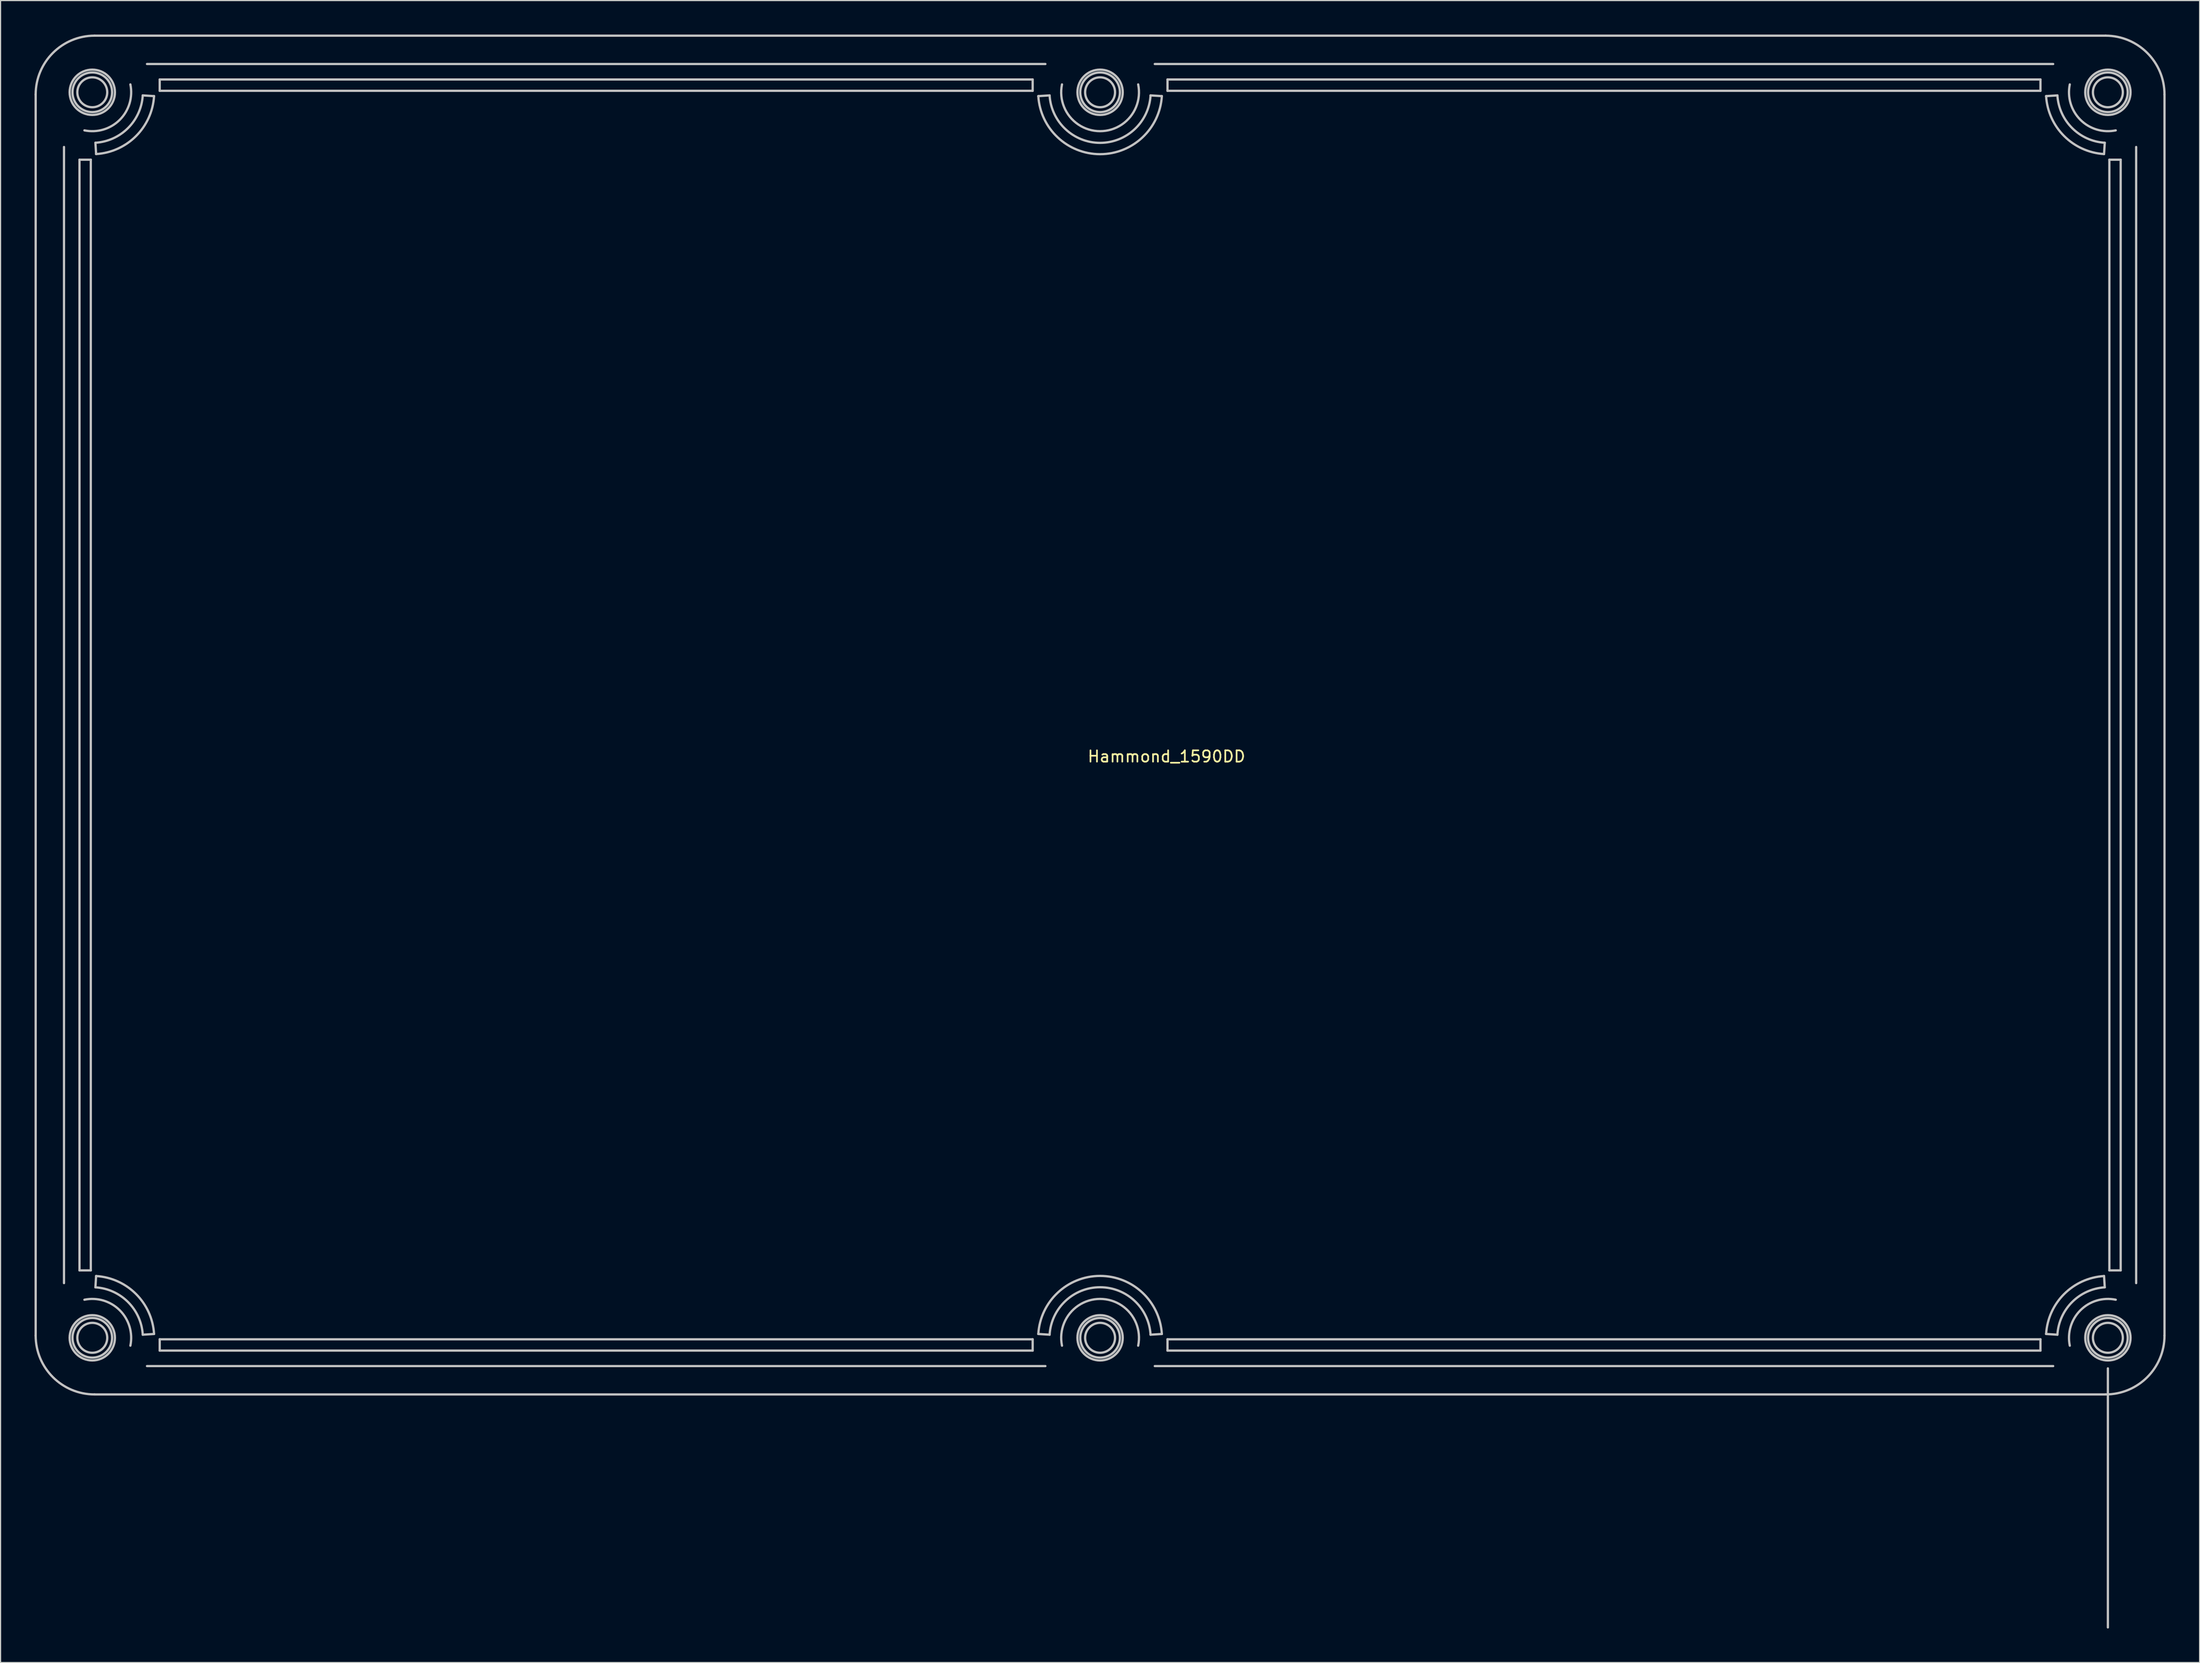
<source format=kicad_pcb>
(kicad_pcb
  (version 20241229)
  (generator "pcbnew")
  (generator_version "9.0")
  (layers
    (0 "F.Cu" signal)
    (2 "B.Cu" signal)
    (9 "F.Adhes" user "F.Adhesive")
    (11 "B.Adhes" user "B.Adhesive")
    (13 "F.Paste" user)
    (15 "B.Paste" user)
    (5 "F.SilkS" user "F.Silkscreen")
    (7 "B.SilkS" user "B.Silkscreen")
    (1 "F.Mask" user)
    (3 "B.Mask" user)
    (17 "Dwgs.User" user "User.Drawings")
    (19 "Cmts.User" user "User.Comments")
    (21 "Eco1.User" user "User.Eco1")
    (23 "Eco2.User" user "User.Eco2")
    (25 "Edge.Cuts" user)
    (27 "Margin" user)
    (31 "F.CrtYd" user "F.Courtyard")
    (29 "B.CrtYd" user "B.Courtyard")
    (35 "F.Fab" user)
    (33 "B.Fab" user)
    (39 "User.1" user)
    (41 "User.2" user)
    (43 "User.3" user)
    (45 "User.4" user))
  (footprint "Hammond_1590DD"
    (layer "F.Cu")
    (at 99.966 63.261)
    (property "Reference" "Hammond_1590DD" (at 0 0.5 0) (layer "F.SilkS") (effects (font (size 1 1) (thickness 0.15))))
    (attr through_hole)
    (fp_line (start -99.866 -57.961) (end -99.866 51.639) (stroke (width 0.2) (type solid)) (layer "Dwgs.User"))
    (fp_line (start -97.364 47.008) (end -97.364 -53.33) (stroke (width 0.2) (type solid)) (layer "Dwgs.User"))
    (fp_line (start -95.996 -52.207) (end -95.996 45.885) (stroke (width 0.2) (type solid)) (layer "Dwgs.User"))
    (fp_line (start -95.996 -52.207) (end -94.997 -52.207) (stroke (width 0.2) (type solid)) (layer "Dwgs.User"))
    (fp_line (start -95.996 45.885) (end -94.997 45.885) (stroke (width 0.2) (type solid)) (layer "Dwgs.User"))
    (fp_line (start -94.997 45.885) (end -94.997 -52.207) (stroke (width 0.2) (type solid)) (layer "Dwgs.User"))
    (fp_line (start -94.666 56.839) (end 82.934 56.839) (stroke (width 0.2) (type solid)) (layer "Dwgs.User"))
    (fp_line (start -94.59 -53.703) (end -94.528 -52.706) (stroke (width 0.2) (type solid)) (layer "Dwgs.User"))
    (fp_line (start -94.59 47.381) (end -94.528 46.384) (stroke (width 0.2) (type solid)) (layer "Dwgs.User"))
    (fp_line (start -90.409 -57.885) (end -89.411 -57.823) (stroke (width 0.2) (type solid)) (layer "Dwgs.User"))
    (fp_line (start -90.409 51.563) (end -89.411 51.501) (stroke (width 0.2) (type solid)) (layer "Dwgs.User"))
    (fp_line (start -90.035 -60.658) (end -10.697 -60.658) (stroke (width 0.2) (type solid)) (layer "Dwgs.User"))
    (fp_line (start -88.912 -59.291) (end -88.912 -58.292) (stroke (width 0.2) (type solid)) (layer "Dwgs.User"))
    (fp_line (start -88.912 -58.292) (end -11.82 -58.292) (stroke (width 0.2) (type solid)) (layer "Dwgs.User"))
    (fp_line (start -88.912 52.969) (end -88.912 51.97) (stroke (width 0.2) (type solid)) (layer "Dwgs.User"))
    (fp_line (start -88.912 52.969) (end -11.82 52.969) (stroke (width 0.2) (type solid)) (layer "Dwgs.User"))
    (fp_line (start -11.82 -59.291) (end -88.912 -59.291) (stroke (width 0.2) (type solid)) (layer "Dwgs.User"))
    (fp_line (start -11.82 -58.292) (end -11.82 -59.291) (stroke (width 0.2) (type solid)) (layer "Dwgs.User"))
    (fp_line (start -11.82 51.97) (end -88.912 51.97) (stroke (width 0.2) (type solid)) (layer "Dwgs.User"))
    (fp_line (start -11.82 52.969) (end -11.82 51.97) (stroke (width 0.2) (type solid)) (layer "Dwgs.User"))
    (fp_line (start -11.321 -57.823) (end -10.324 -57.885) (stroke (width 0.2) (type solid)) (layer "Dwgs.User"))
    (fp_line (start -10.697 54.336) (end -90.035 54.336) (stroke (width 0.2) (type solid)) (layer "Dwgs.User"))
    (fp_line (start -10.324 51.563) (end -11.321 51.501) (stroke (width 0.2) (type solid)) (layer "Dwgs.User"))
    (fp_line (start -1.409 51.563) (end -0.411 51.501) (stroke (width 0.2) (type solid)) (layer "Dwgs.User"))
    (fp_line (start -1.035 -60.658) (end 78.303 -60.658) (stroke (width 0.2) (type solid)) (layer "Dwgs.User"))
    (fp_line (start -0.411 -57.823) (end -1.409 -57.885) (stroke (width 0.2) (type solid)) (layer "Dwgs.User"))
    (fp_line (start 0.088 -58.292) (end 0.088 -59.291) (stroke (width 0.2) (type solid)) (layer "Dwgs.User"))
    (fp_line (start 0.088 -58.292) (end 77.18 -58.292) (stroke (width 0.2) (type solid)) (layer "Dwgs.User"))
    (fp_line (start 0.088 52.969) (end 0.088 51.97) (stroke (width 0.2) (type solid)) (layer "Dwgs.User"))
    (fp_line (start 0.088 52.969) (end 77.18 52.969) (stroke (width 0.2) (type solid)) (layer "Dwgs.User"))
    (fp_line (start 77.18 -59.291) (end 0.088 -59.291) (stroke (width 0.2) (type solid)) (layer "Dwgs.User"))
    (fp_line (start 77.18 -58.292) (end 77.18 -59.291) (stroke (width 0.2) (type solid)) (layer "Dwgs.User"))
    (fp_line (start 77.18 51.97) (end 0.088 51.97) (stroke (width 0.2) (type solid)) (layer "Dwgs.User"))
    (fp_line (start 77.18 51.97) (end 77.18 52.969) (stroke (width 0.2) (type solid)) (layer "Dwgs.User"))
    (fp_line (start 77.679 -57.823) (end 78.676 -57.885) (stroke (width 0.2) (type solid)) (layer "Dwgs.User"))
    (fp_line (start 77.679 51.501) (end 78.676 51.563) (stroke (width 0.2) (type solid)) (layer "Dwgs.User"))
    (fp_line (start 78.303 54.336) (end -1.035 54.336) (stroke (width 0.2) (type solid)) (layer "Dwgs.User"))
    (fp_line (start 82.796 -52.706) (end 82.858 -53.703) (stroke (width 0.2) (type solid)) (layer "Dwgs.User"))
    (fp_line (start 82.796 46.384) (end 82.858 47.381) (stroke (width 0.2) (type solid)) (layer "Dwgs.User"))
    (fp_line (start 82.934 -63.161) (end -94.666 -63.161) (stroke (width 0.2) (type solid)) (layer "Dwgs.User"))
    (fp_line (start 83.134 54.539) (end 83.134 77.416) (stroke (width 0.2) (type solid)) (layer "Dwgs.User"))
    (fp_line (start 83.265 -52.207) (end 83.265 45.885) (stroke (width 0.2) (type solid)) (layer "Dwgs.User"))
    (fp_line (start 83.265 -52.207) (end 84.264 -52.207) (stroke (width 0.2) (type solid)) (layer "Dwgs.User"))
    (fp_line (start 83.265 45.885) (end 84.264 45.885) (stroke (width 0.2) (type solid)) (layer "Dwgs.User"))
    (fp_line (start 84.264 45.885) (end 84.264 -52.207) (stroke (width 0.2) (type solid)) (layer "Dwgs.User"))
    (fp_line (start 85.631 -53.33) (end 85.631 47.008) (stroke (width 0.2) (type solid)) (layer "Dwgs.User"))
    (fp_line (start 88.134 51.639) (end 88.134 -57.961) (stroke (width 0.2) (type solid)) (layer "Dwgs.User"))
    (fp_arc (start -99.866258 -57.960925) (mid -98.343213 -61.63788) (end -94.666258 -63.160925) (stroke (width 0.2) (type solid)) (layer "Dwgs.User"))
    (fp_arc (start -95.561136 48.475179) (mid -92.437405 49.410222) (end -91.502362 52.533953) (stroke (width 0.2) (type solid)) (layer "Dwgs.User"))
    (fp_arc (start -94.666258 56.839075) (mid -98.343213 55.31603) (end -99.866258 51.639075) (stroke (width 0.2) (type solid)) (layer "Dwgs.User"))
    (fp_arc (start -94.590092 47.381324) (mid -91.708109 48.680926) (end -90.408507 51.562909) (stroke (width 0.2) (type solid)) (layer "Dwgs.User"))
    (fp_arc (start -94.528297 46.383845) (mid -91.001433 47.974249) (end -89.411028 51.501113) (stroke (width 0.2) (type solid)) (layer "Dwgs.User"))
    (fp_arc (start -91.502362 -58.855803) (mid -92.437405 -55.732072) (end -95.561136 -54.797029) (stroke (width 0.2) (type solid)) (layer "Dwgs.User"))
    (fp_arc (start -90.408507 -57.884759) (mid -91.708109 -55.002776) (end -94.590092 -53.703174) (stroke (width 0.2) (type solid)) (layer "Dwgs.User"))
    (fp_arc (start -89.411028 -57.822963) (mid -91.001433 -54.296099) (end -94.528297 -52.705695) (stroke (width 0.2) (type solid)) (layer "Dwgs.User"))
    (fp_arc (start -11.321488 51.501114) (mid -5.866258 46.373386) (end -0.411028 51.501113) (stroke (width 0.2) (type solid)) (layer "Dwgs.User"))
    (fp_arc (start -10.324009 51.562909) (mid -5.866258 47.372778) (end -1.408507 51.562909) (stroke (width 0.2) (type solid)) (layer "Dwgs.User"))
    (fp_arc (start -9.230154 52.533953) (mid -5.866258 48.404158) (end -2.502362 52.533953) (stroke (width 0.2) (type solid)) (layer "Dwgs.User"))
    (fp_arc (start -2.502362 -58.855803) (mid -5.866258 -54.726008) (end -9.230154 -58.855803) (stroke (width 0.2) (type solid)) (layer "Dwgs.User"))
    (fp_arc (start -1.408506 -57.884759) (mid -5.866258 -53.694627) (end -10.32401 -57.884759) (stroke (width 0.2) (type solid)) (layer "Dwgs.User"))
    (fp_arc (start -0.411027 -57.822963) (mid -5.866258 -52.695235) (end -11.321489 -57.822964) (stroke (width 0.2) (type solid)) (layer "Dwgs.User"))
    (fp_arc (start 77.678512 51.501114) (mid 79.268916 47.97425) (end 82.79578 46.383845) (stroke (width 0.2) (type solid)) (layer "Dwgs.User"))
    (fp_arc (start 78.67599 51.562909) (mid 79.975592 48.680925) (end 82.857576 47.381323) (stroke (width 0.2) (type solid)) (layer "Dwgs.User"))
    (fp_arc (start 79.769846 52.533953) (mid 80.704889 49.410222) (end 83.82862 48.475179) (stroke (width 0.2) (type solid)) (layer "Dwgs.User"))
    (fp_arc (start 82.79578 -52.705694) (mid 79.268915 -54.296099) (end 77.678511 -57.822964) (stroke (width 0.2) (type solid)) (layer "Dwgs.User"))
    (fp_arc (start 82.857576 -53.703173) (mid 79.975592 -55.002775) (end 78.67599 -57.884759) (stroke (width 0.2) (type solid)) (layer "Dwgs.User"))
    (fp_arc (start 82.933742 -63.160925) (mid 86.610697 -61.63788) (end 88.133742 -57.960925) (stroke (width 0.2) (type solid)) (layer "Dwgs.User"))
    (fp_arc (start 83.82862 -54.797029) (mid 80.704889 -55.732072) (end 79.769846 -58.855803) (stroke (width 0.2) (type solid)) (layer "Dwgs.User"))
    (fp_arc (start 88.133742 51.639075) (mid 86.610697 55.31603) (end 82.933742 56.839075) (stroke (width 0.2) (type solid)) (layer "Dwgs.User"))
    (fp_circle (center -94.866 -58.161) (end -93.545 -58.161) (stroke (width 0.2) (type solid)) (fill no) (layer "Dwgs.User"))
    (fp_circle (center -94.866 -58.161) (end -93.114 -58.161) (stroke (width 0.2) (type solid)) (fill no) (layer "Dwgs.User"))
    (fp_circle (center -94.866 -58.161) (end -92.866 -58.161) (stroke (width 0.2) (type solid)) (fill no) (layer "Dwgs.User"))
    (fp_circle (center -94.866 51.839) (end -93.545 51.839) (stroke (width 0.2) (type solid)) (fill no) (layer "Dwgs.User"))
    (fp_circle (center -94.866 51.839) (end -93.114 51.839) (stroke (width 0.2) (type solid)) (fill no) (layer "Dwgs.User"))
    (fp_circle (center -94.866 51.839) (end -92.866 51.839) (stroke (width 0.2) (type solid)) (fill no) (layer "Dwgs.User"))
    (fp_circle (center -5.866 -58.161) (end -4.545 -58.161) (stroke (width 0.2) (type solid)) (fill no) (layer "Dwgs.User"))
    (fp_circle (center -5.866 -58.161) (end -4.114 -58.161) (stroke (width 0.2) (type solid)) (fill no) (layer "Dwgs.User"))
    (fp_circle (center -5.866 -58.161) (end -3.866 -58.161) (stroke (width 0.2) (type solid)) (fill no) (layer "Dwgs.User"))
    (fp_circle (center -5.866 51.839) (end -4.545 51.839) (stroke (width 0.2) (type solid)) (fill no) (layer "Dwgs.User"))
    (fp_circle (center -5.866 51.839) (end -4.114 51.839) (stroke (width 0.2) (type solid)) (fill no) (layer "Dwgs.User"))
    (fp_circle (center -5.866 51.839) (end -3.866 51.839) (stroke (width 0.2) (type solid)) (fill no) (layer "Dwgs.User"))
    (fp_circle (center 83.134 -58.161) (end 84.455 -58.161) (stroke (width 0.2) (type solid)) (fill no) (layer "Dwgs.User"))
    (fp_circle (center 83.134 -58.161) (end 84.886 -58.161) (stroke (width 0.2) (type solid)) (fill no) (layer "Dwgs.User"))
    (fp_circle (center 83.134 -58.161) (end 85.134 -58.161) (stroke (width 0.2) (type solid)) (fill no) (layer "Dwgs.User"))
    (fp_circle (center 83.134 51.839) (end 84.455 51.839) (stroke (width 0.2) (type solid)) (fill no) (layer "Dwgs.User"))
    (fp_circle (center 83.134 51.839) (end 84.886 51.839) (stroke (width 0.2) (type solid)) (fill no) (layer "Dwgs.User"))
    (fp_circle (center 83.134 51.839) (end 85.134 51.839) (stroke (width 0.2) (type solid)) (fill no) (layer "Dwgs.User")))
  (gr_rect
    (start -3 -3)
    (end 191.2 143.777)
    (stroke (width 0.1) (type default))
    (fill no)
    (layer "Edge.Cuts")))
</source>
